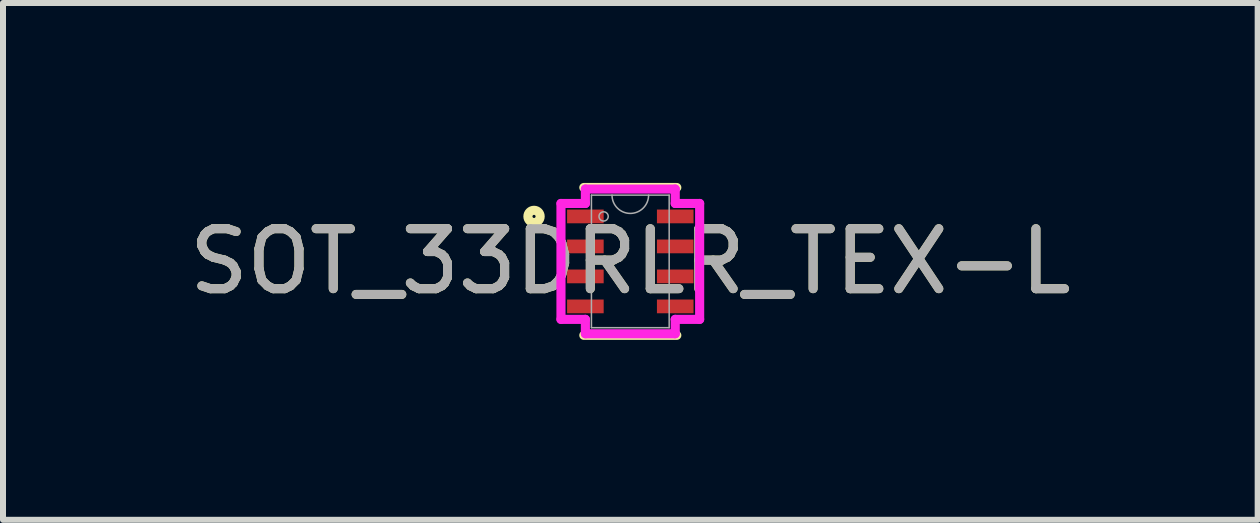
<source format=kicad_pcb>
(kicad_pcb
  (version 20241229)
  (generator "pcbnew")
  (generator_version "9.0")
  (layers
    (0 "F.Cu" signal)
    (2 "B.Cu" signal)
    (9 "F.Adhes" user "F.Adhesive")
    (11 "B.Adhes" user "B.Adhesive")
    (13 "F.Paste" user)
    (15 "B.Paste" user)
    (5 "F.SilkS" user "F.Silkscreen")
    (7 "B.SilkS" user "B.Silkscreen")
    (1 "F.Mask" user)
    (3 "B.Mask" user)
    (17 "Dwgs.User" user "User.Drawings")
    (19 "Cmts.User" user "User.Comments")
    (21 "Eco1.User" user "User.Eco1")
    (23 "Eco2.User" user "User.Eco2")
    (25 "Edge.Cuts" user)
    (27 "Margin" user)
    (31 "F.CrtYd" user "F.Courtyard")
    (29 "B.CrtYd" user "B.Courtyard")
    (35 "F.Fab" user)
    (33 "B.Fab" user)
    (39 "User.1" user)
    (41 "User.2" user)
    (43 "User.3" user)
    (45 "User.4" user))
  (footprint "SOT_33DRLR_TEX-L"
    (layer "F.Cu")
    (at 7.458 1.308)
    (property "Reference" "SOT_33DRLR_TEX-L" (at 0 0 0) (unlocked yes) (layer "F.SilkS") (effects (font (size 1 1) (thickness 0.15))))
    (attr smd)
    (fp_line (start -0.775 1.232) (end 0.775 1.232) (stroke (width 0.152) (type solid)) (layer "F.SilkS"))
    (fp_line (start 0.775 -1.232) (end -0.775 -1.232) (stroke (width 0.152) (type solid)) (layer "F.SilkS"))
    (fp_circle (center -1.605 -0.75) (end -1.503 -0.75) (stroke (width 0.152) (type solid)) (fill no) (layer "F.SilkS"))
    (fp_line (start -1.156 -0.966) (end -0.749 -0.966) (stroke (width 0.152) (type solid)) (layer "F.CrtYd"))
    (fp_line (start -1.156 0.966) (end -1.156 -0.966) (stroke (width 0.152) (type solid)) (layer "F.CrtYd"))
    (fp_line (start -1.156 0.966) (end -0.749 0.966) (stroke (width 0.152) (type solid)) (layer "F.CrtYd"))
    (fp_line (start -0.749 -1.206) (end 0.749 -1.206) (stroke (width 0.152) (type solid)) (layer "F.CrtYd"))
    (fp_line (start -0.749 -0.966) (end -0.749 -1.206) (stroke (width 0.152) (type solid)) (layer "F.CrtYd"))
    (fp_line (start -0.749 1.206) (end -0.749 0.966) (stroke (width 0.152) (type solid)) (layer "F.CrtYd"))
    (fp_line (start 0.749 -1.206) (end 0.749 -0.966) (stroke (width 0.152) (type solid)) (layer "F.CrtYd"))
    (fp_line (start 0.749 0.966) (end 0.749 1.206) (stroke (width 0.152) (type solid)) (layer "F.CrtYd"))
    (fp_line (start 0.749 1.206) (end -0.749 1.206) (stroke (width 0.152) (type solid)) (layer "F.CrtYd"))
    (fp_line (start 1.156 -0.966) (end 0.749 -0.966) (stroke (width 0.152) (type solid)) (layer "F.CrtYd"))
    (fp_line (start 1.156 -0.966) (end 1.156 0.966) (stroke (width 0.152) (type solid)) (layer "F.CrtYd"))
    (fp_line (start 1.156 0.966) (end 0.749 0.966) (stroke (width 0.152) (type solid)) (layer "F.CrtYd"))
    (fp_line (start -0.648 -1.105) (end -0.648 1.105) (stroke (width 0.025) (type solid)) (layer "F.Fab"))
    (fp_line (start -0.648 1.105) (end 0.648 1.105) (stroke (width 0.025) (type solid)) (layer "F.Fab"))
    (fp_line (start 0.648 -1.105) (end -0.648 -1.105) (stroke (width 0.025) (type solid)) (layer "F.Fab"))
    (fp_line (start 0.648 1.105) (end 0.648 -1.105) (stroke (width 0.025) (type solid)) (layer "F.Fab"))
    (fp_arc (start 0.3048 -1.1049) (mid 0 -0.8001) (end -0.3048 -1.1049) (stroke (width 0.0254) (type solid)) (layer "F.Fab"))
    (fp_circle (center -0.445 -0.75) (end -0.368 -0.75) (stroke (width 0.025) (type solid)) (fill no) (layer "F.Fab"))
    (fp_text user "${REFERENCE}" (at 0 0 0) (unlocked yes) (layer "F.Fab") (effects (font (size 1 1) (thickness 0.15))))
    (pad "1" smd rect (at -0.749 -0.75) (size 0.61 0.229) (layers "F.Cu" "F.Mask" "F.Paste"))
    (pad "2" smd rect (at -0.749 -0.25) (size 0.61 0.229) (layers "F.Cu" "F.Mask" "F.Paste"))
    (pad "3" smd rect (at -0.749 0.25) (size 0.61 0.229) (layers "F.Cu" "F.Mask" "F.Paste"))
    (pad "4" smd rect (at -0.749 0.75) (size 0.61 0.229) (layers "F.Cu" "F.Mask" "F.Paste"))
    (pad "5" smd rect (at 0.749 0.75) (size 0.61 0.229) (layers "F.Cu" "F.Mask" "F.Paste"))
    (pad "6" smd rect (at 0.749 0.25) (size 0.61 0.229) (layers "F.Cu" "F.Mask" "F.Paste"))
    (pad "7" smd rect (at 0.749 -0.25) (size 0.61 0.229) (layers "F.Cu" "F.Mask" "F.Paste"))
    (pad "8" smd rect (at 0.749 -0.75) (size 0.61 0.229) (layers "F.Cu" "F.Mask" "F.Paste")))
  (gr_rect
    (start -3 -3)
    (end 17.917 5.616)
    (stroke (width 0.1) (type default))
    (fill no)
    (layer "Edge.Cuts")))
</source>
